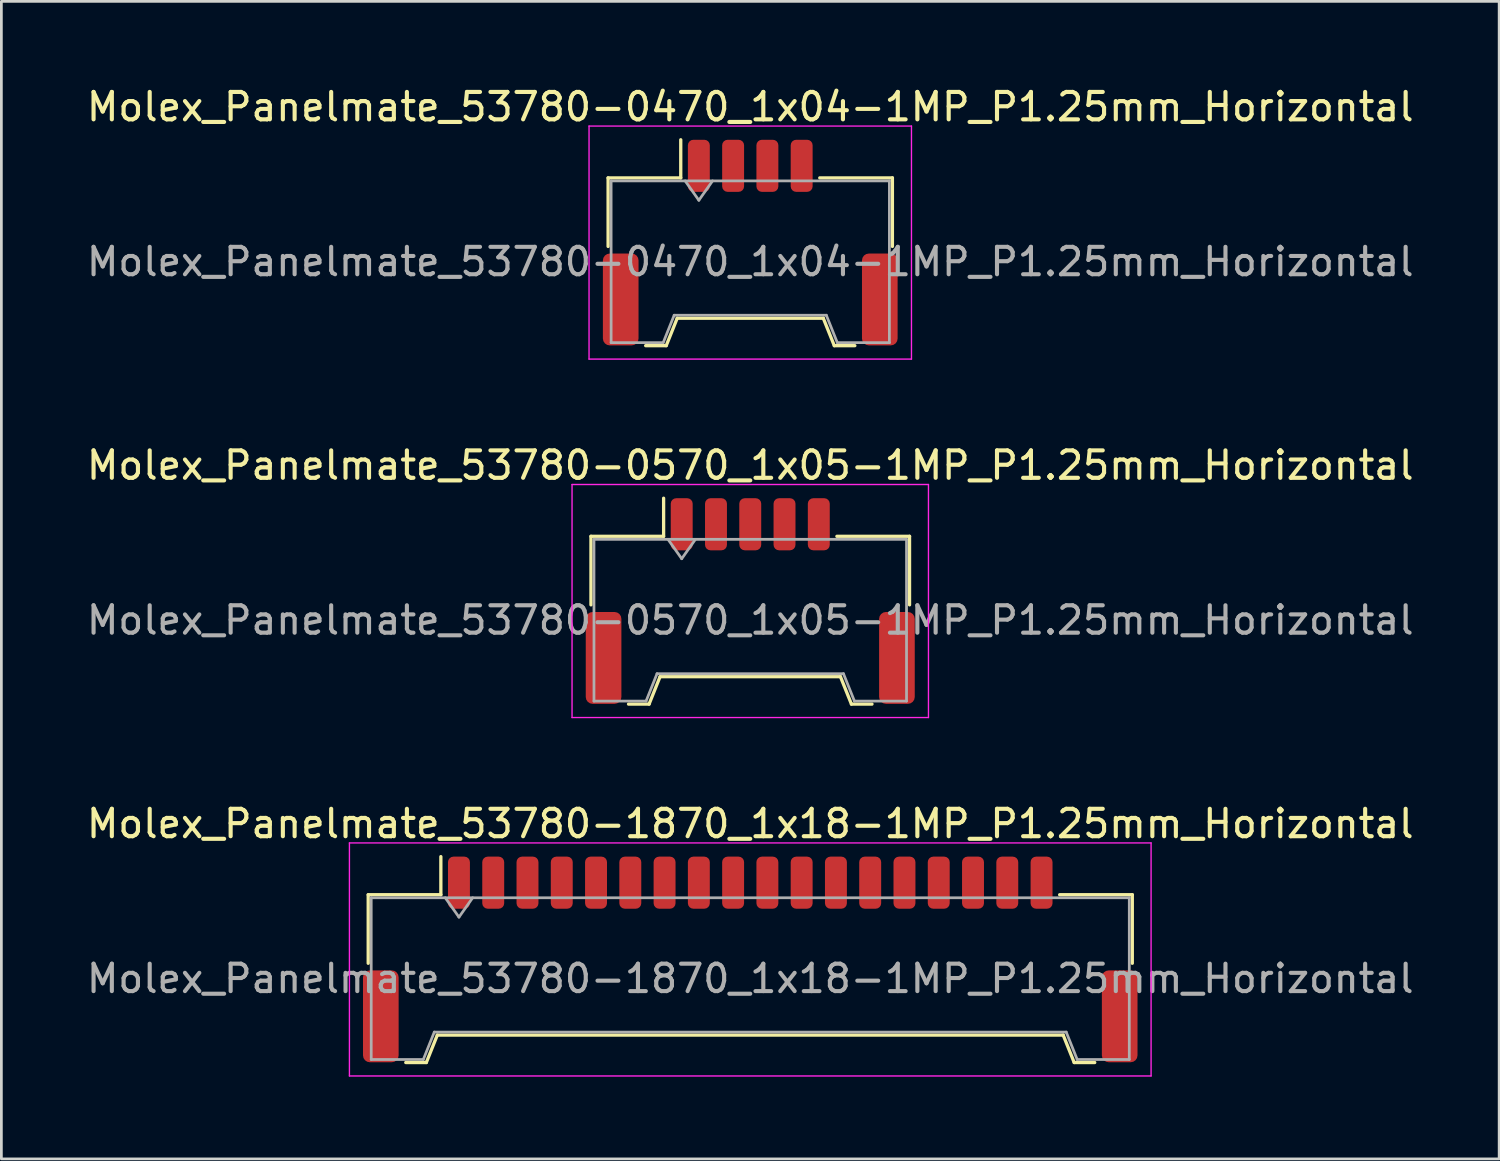
<source format=kicad_pcb>
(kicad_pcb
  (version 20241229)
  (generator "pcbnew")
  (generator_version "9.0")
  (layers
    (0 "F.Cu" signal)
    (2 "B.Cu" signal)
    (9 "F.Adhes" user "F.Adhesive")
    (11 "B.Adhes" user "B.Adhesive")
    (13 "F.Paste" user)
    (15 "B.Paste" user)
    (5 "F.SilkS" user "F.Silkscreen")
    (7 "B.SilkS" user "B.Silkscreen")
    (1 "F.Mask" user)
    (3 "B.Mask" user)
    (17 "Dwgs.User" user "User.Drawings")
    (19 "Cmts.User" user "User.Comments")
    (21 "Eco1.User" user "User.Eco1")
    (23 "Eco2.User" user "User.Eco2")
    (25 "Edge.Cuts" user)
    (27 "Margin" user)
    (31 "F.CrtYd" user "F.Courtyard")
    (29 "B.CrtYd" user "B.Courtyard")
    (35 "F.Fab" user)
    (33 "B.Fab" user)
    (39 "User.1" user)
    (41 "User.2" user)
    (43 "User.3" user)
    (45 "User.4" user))
  (footprint "Molex_Panelmate_53780-0570_1x05-1MP_P1.25mm_Horizontal"
    (layer "F.Cu")
    (at 24.315 18.872)
    (property "Reference" "Molex_Panelmate_53780-0570_1x05-1MP_P1.25mm_Horizontal" (at 0 -4.95 0) (layer "F.SilkS") (effects (font (size 1 1) (thickness 0.15))))
    (attr smd)
    (fp_line (start -5.81 -2.36) (end -3.16 -2.36) (stroke (width 0.12) (type solid)) (layer "F.SilkS"))
    (fp_line (start -5.81 0.14) (end -5.81 -2.36) (stroke (width 0.12) (type solid)) (layer "F.SilkS"))
    (fp_line (start -4.44 3.76) (end -3.69 3.76) (stroke (width 0.12) (type solid)) (layer "F.SilkS"))
    (fp_line (start -3.69 3.76) (end -3.29 2.76) (stroke (width 0.12) (type solid)) (layer "F.SilkS"))
    (fp_line (start -3.29 2.76) (end 3.29 2.76) (stroke (width 0.12) (type solid)) (layer "F.SilkS"))
    (fp_line (start -3.16 -2.36) (end -3.16 -3.75) (stroke (width 0.12) (type solid)) (layer "F.SilkS"))
    (fp_line (start 3.29 2.76) (end 3.69 3.76) (stroke (width 0.12) (type solid)) (layer "F.SilkS"))
    (fp_line (start 3.69 3.76) (end 4.44 3.76) (stroke (width 0.12) (type solid)) (layer "F.SilkS"))
    (fp_line (start 5.81 -2.36) (end 3.16 -2.36) (stroke (width 0.12) (type solid)) (layer "F.SilkS"))
    (fp_line (start 5.81 0.14) (end 5.81 -2.36) (stroke (width 0.12) (type solid)) (layer "F.SilkS"))
    (fp_line (start -6.5 -4.25) (end -6.5 4.25) (stroke (width 0.05) (type solid)) (layer "F.CrtYd"))
    (fp_line (start -6.5 4.25) (end 6.5 4.25) (stroke (width 0.05) (type solid)) (layer "F.CrtYd"))
    (fp_line (start 6.5 -4.25) (end -6.5 -4.25) (stroke (width 0.05) (type solid)) (layer "F.CrtYd"))
    (fp_line (start 6.5 4.25) (end 6.5 -4.25) (stroke (width 0.05) (type solid)) (layer "F.CrtYd"))
    (fp_line (start -5.7 -2.25) (end -5.7 3.65) (stroke (width 0.1) (type solid)) (layer "F.Fab"))
    (fp_line (start -5.7 -2.25) (end 5.7 -2.25) (stroke (width 0.1) (type solid)) (layer "F.Fab"))
    (fp_line (start -5.7 3.65) (end -3.8 3.65) (stroke (width 0.1) (type solid)) (layer "F.Fab"))
    (fp_line (start -3.8 3.65) (end -3.4 2.65) (stroke (width 0.1) (type solid)) (layer "F.Fab"))
    (fp_line (start -3.4 2.65) (end 3.4 2.65) (stroke (width 0.1) (type solid)) (layer "F.Fab"))
    (fp_line (start -3 -2.25) (end -2.5 -1.543) (stroke (width 0.1) (type solid)) (layer "F.Fab"))
    (fp_line (start -2.5 -1.543) (end -2 -2.25) (stroke (width 0.1) (type solid)) (layer "F.Fab"))
    (fp_line (start 3.4 2.65) (end 3.8 3.65) (stroke (width 0.1) (type solid)) (layer "F.Fab"))
    (fp_line (start 3.8 3.65) (end 5.7 3.65) (stroke (width 0.1) (type solid)) (layer "F.Fab"))
    (fp_line (start 5.7 -2.25) (end 5.7 3.65) (stroke (width 0.1) (type solid)) (layer "F.Fab"))
    (fp_text user "${REFERENCE}" (at 0 0.7 0) (layer "F.Fab") (effects (font (size 1 1) (thickness 0.15))))
    (pad "1" smd roundrect (at -2.5 -2.8) (size 0.8 1.9) (layers "F.Cu" "F.Mask" "F.Paste") (roundrect_rratio 0.25))
    (pad "2" smd roundrect (at -1.25 -2.8) (size 0.8 1.9) (layers "F.Cu" "F.Mask" "F.Paste") (roundrect_rratio 0.25))
    (pad "3" smd roundrect (at 0 -2.8) (size 0.8 1.9) (layers "F.Cu" "F.Mask" "F.Paste") (roundrect_rratio 0.25))
    (pad "4" smd roundrect (at 1.25 -2.8) (size 0.8 1.9) (layers "F.Cu" "F.Mask" "F.Paste") (roundrect_rratio 0.25))
    (pad "5" smd roundrect (at 2.5 -2.8) (size 0.8 1.9) (layers "F.Cu" "F.Mask" "F.Paste") (roundrect_rratio 0.25))
    (pad "MP" smd roundrect (at -5.35 2.075) (size 1.3 3.35) (layers "F.Cu" "F.Mask" "F.Paste") (roundrect_rratio 0.192))
    (pad "MP" smd roundrect (at 5.35 2.075) (size 1.3 3.35) (layers "F.Cu" "F.Mask" "F.Paste") (roundrect_rratio 0.192)))
  (footprint "Molex_Panelmate_53780-1870_1x18-1MP_P1.25mm_Horizontal"
    (layer "F.Cu")
    (at 24.315 31.945)
    (property "Reference" "Molex_Panelmate_53780-1870_1x18-1MP_P1.25mm_Horizontal" (at 0 -4.95 0) (layer "F.SilkS") (effects (font (size 1 1) (thickness 0.15))))
    (attr smd)
    (fp_line (start -13.935 -2.36) (end -11.285 -2.36) (stroke (width 0.12) (type solid)) (layer "F.SilkS"))
    (fp_line (start -13.935 0.14) (end -13.935 -2.36) (stroke (width 0.12) (type solid)) (layer "F.SilkS"))
    (fp_line (start -12.565 3.76) (end -11.815 3.76) (stroke (width 0.12) (type solid)) (layer "F.SilkS"))
    (fp_line (start -11.815 3.76) (end -11.415 2.76) (stroke (width 0.12) (type solid)) (layer "F.SilkS"))
    (fp_line (start -11.415 2.76) (end 11.415 2.76) (stroke (width 0.12) (type solid)) (layer "F.SilkS"))
    (fp_line (start -11.285 -2.36) (end -11.285 -3.75) (stroke (width 0.12) (type solid)) (layer "F.SilkS"))
    (fp_line (start 11.415 2.76) (end 11.815 3.76) (stroke (width 0.12) (type solid)) (layer "F.SilkS"))
    (fp_line (start 11.815 3.76) (end 12.565 3.76) (stroke (width 0.12) (type solid)) (layer "F.SilkS"))
    (fp_line (start 13.935 -2.36) (end 11.285 -2.36) (stroke (width 0.12) (type solid)) (layer "F.SilkS"))
    (fp_line (start 13.935 0.14) (end 13.935 -2.36) (stroke (width 0.12) (type solid)) (layer "F.SilkS"))
    (fp_line (start -14.62 -4.25) (end -14.62 4.25) (stroke (width 0.05) (type solid)) (layer "F.CrtYd"))
    (fp_line (start -14.62 4.25) (end 14.62 4.25) (stroke (width 0.05) (type solid)) (layer "F.CrtYd"))
    (fp_line (start 14.62 -4.25) (end -14.62 -4.25) (stroke (width 0.05) (type solid)) (layer "F.CrtYd"))
    (fp_line (start 14.62 4.25) (end 14.62 -4.25) (stroke (width 0.05) (type solid)) (layer "F.CrtYd"))
    (fp_line (start -13.825 -2.25) (end -13.825 3.65) (stroke (width 0.1) (type solid)) (layer "F.Fab"))
    (fp_line (start -13.825 -2.25) (end 13.825 -2.25) (stroke (width 0.1) (type solid)) (layer "F.Fab"))
    (fp_line (start -13.825 3.65) (end -11.925 3.65) (stroke (width 0.1) (type solid)) (layer "F.Fab"))
    (fp_line (start -11.925 3.65) (end -11.525 2.65) (stroke (width 0.1) (type solid)) (layer "F.Fab"))
    (fp_line (start -11.525 2.65) (end 11.525 2.65) (stroke (width 0.1) (type solid)) (layer "F.Fab"))
    (fp_line (start -11.125 -2.25) (end -10.625 -1.543) (stroke (width 0.1) (type solid)) (layer "F.Fab"))
    (fp_line (start -10.625 -1.543) (end -10.125 -2.25) (stroke (width 0.1) (type solid)) (layer "F.Fab"))
    (fp_line (start 11.525 2.65) (end 11.925 3.65) (stroke (width 0.1) (type solid)) (layer "F.Fab"))
    (fp_line (start 11.925 3.65) (end 13.825 3.65) (stroke (width 0.1) (type solid)) (layer "F.Fab"))
    (fp_line (start 13.825 -2.25) (end 13.825 3.65) (stroke (width 0.1) (type solid)) (layer "F.Fab"))
    (fp_text user "${REFERENCE}" (at 0 0.7 0) (layer "F.Fab") (effects (font (size 1 1) (thickness 0.15))))
    (pad "1" smd roundrect (at -10.625 -2.8) (size 0.8 1.9) (layers "F.Cu" "F.Mask" "F.Paste") (roundrect_rratio 0.25))
    (pad "2" smd roundrect (at -9.375 -2.8) (size 0.8 1.9) (layers "F.Cu" "F.Mask" "F.Paste") (roundrect_rratio 0.25))
    (pad "3" smd roundrect (at -8.125 -2.8) (size 0.8 1.9) (layers "F.Cu" "F.Mask" "F.Paste") (roundrect_rratio 0.25))
    (pad "4" smd roundrect (at -6.875 -2.8) (size 0.8 1.9) (layers "F.Cu" "F.Mask" "F.Paste") (roundrect_rratio 0.25))
    (pad "5" smd roundrect (at -5.625 -2.8) (size 0.8 1.9) (layers "F.Cu" "F.Mask" "F.Paste") (roundrect_rratio 0.25))
    (pad "6" smd roundrect (at -4.375 -2.8) (size 0.8 1.9) (layers "F.Cu" "F.Mask" "F.Paste") (roundrect_rratio 0.25))
    (pad "7" smd roundrect (at -3.125 -2.8) (size 0.8 1.9) (layers "F.Cu" "F.Mask" "F.Paste") (roundrect_rratio 0.25))
    (pad "8" smd roundrect (at -1.875 -2.8) (size 0.8 1.9) (layers "F.Cu" "F.Mask" "F.Paste") (roundrect_rratio 0.25))
    (pad "9" smd roundrect (at -0.625 -2.8) (size 0.8 1.9) (layers "F.Cu" "F.Mask" "F.Paste") (roundrect_rratio 0.25))
    (pad "10" smd roundrect (at 0.625 -2.8) (size 0.8 1.9) (layers "F.Cu" "F.Mask" "F.Paste") (roundrect_rratio 0.25))
    (pad "11" smd roundrect (at 1.875 -2.8) (size 0.8 1.9) (layers "F.Cu" "F.Mask" "F.Paste") (roundrect_rratio 0.25))
    (pad "12" smd roundrect (at 3.125 -2.8) (size 0.8 1.9) (layers "F.Cu" "F.Mask" "F.Paste") (roundrect_rratio 0.25))
    (pad "13" smd roundrect (at 4.375 -2.8) (size 0.8 1.9) (layers "F.Cu" "F.Mask" "F.Paste") (roundrect_rratio 0.25))
    (pad "14" smd roundrect (at 5.625 -2.8) (size 0.8 1.9) (layers "F.Cu" "F.Mask" "F.Paste") (roundrect_rratio 0.25))
    (pad "15" smd roundrect (at 6.875 -2.8) (size 0.8 1.9) (layers "F.Cu" "F.Mask" "F.Paste") (roundrect_rratio 0.25))
    (pad "16" smd roundrect (at 8.125 -2.8) (size 0.8 1.9) (layers "F.Cu" "F.Mask" "F.Paste") (roundrect_rratio 0.25))
    (pad "17" smd roundrect (at 9.375 -2.8) (size 0.8 1.9) (layers "F.Cu" "F.Mask" "F.Paste") (roundrect_rratio 0.25))
    (pad "18" smd roundrect (at 10.625 -2.8) (size 0.8 1.9) (layers "F.Cu" "F.Mask" "F.Paste") (roundrect_rratio 0.25))
    (pad "MP" smd roundrect (at -13.475 2.075) (size 1.3 3.35) (layers "F.Cu" "F.Mask" "F.Paste") (roundrect_rratio 0.192))
    (pad "MP" smd roundrect (at 13.475 2.075) (size 1.3 3.35) (layers "F.Cu" "F.Mask" "F.Paste") (roundrect_rratio 0.192)))
  (footprint "Molex_Panelmate_53780-0470_1x04-1MP_P1.25mm_Horizontal"
    (layer "F.Cu")
    (at 24.315 5.798)
    (property "Reference" "Molex_Panelmate_53780-0470_1x04-1MP_P1.25mm_Horizontal" (at 0 -4.95 0) (layer "F.SilkS") (effects (font (size 1 1) (thickness 0.15))))
    (attr smd)
    (fp_line (start -5.185 -2.36) (end -2.535 -2.36) (stroke (width 0.12) (type solid)) (layer "F.SilkS"))
    (fp_line (start -5.185 0.14) (end -5.185 -2.36) (stroke (width 0.12) (type solid)) (layer "F.SilkS"))
    (fp_line (start -3.815 3.76) (end -3.065 3.76) (stroke (width 0.12) (type solid)) (layer "F.SilkS"))
    (fp_line (start -3.065 3.76) (end -2.665 2.76) (stroke (width 0.12) (type solid)) (layer "F.SilkS"))
    (fp_line (start -2.665 2.76) (end 2.665 2.76) (stroke (width 0.12) (type solid)) (layer "F.SilkS"))
    (fp_line (start -2.535 -2.36) (end -2.535 -3.75) (stroke (width 0.12) (type solid)) (layer "F.SilkS"))
    (fp_line (start 2.665 2.76) (end 3.065 3.76) (stroke (width 0.12) (type solid)) (layer "F.SilkS"))
    (fp_line (start 3.065 3.76) (end 3.815 3.76) (stroke (width 0.12) (type solid)) (layer "F.SilkS"))
    (fp_line (start 5.185 -2.36) (end 2.535 -2.36) (stroke (width 0.12) (type solid)) (layer "F.SilkS"))
    (fp_line (start 5.185 0.14) (end 5.185 -2.36) (stroke (width 0.12) (type solid)) (layer "F.SilkS"))
    (fp_line (start -5.88 -4.25) (end -5.88 4.25) (stroke (width 0.05) (type solid)) (layer "F.CrtYd"))
    (fp_line (start -5.88 4.25) (end 5.88 4.25) (stroke (width 0.05) (type solid)) (layer "F.CrtYd"))
    (fp_line (start 5.88 -4.25) (end -5.88 -4.25) (stroke (width 0.05) (type solid)) (layer "F.CrtYd"))
    (fp_line (start 5.88 4.25) (end 5.88 -4.25) (stroke (width 0.05) (type solid)) (layer "F.CrtYd"))
    (fp_line (start -5.075 -2.25) (end -5.075 3.65) (stroke (width 0.1) (type solid)) (layer "F.Fab"))
    (fp_line (start -5.075 -2.25) (end 5.075 -2.25) (stroke (width 0.1) (type solid)) (layer "F.Fab"))
    (fp_line (start -5.075 3.65) (end -3.175 3.65) (stroke (width 0.1) (type solid)) (layer "F.Fab"))
    (fp_line (start -3.175 3.65) (end -2.775 2.65) (stroke (width 0.1) (type solid)) (layer "F.Fab"))
    (fp_line (start -2.775 2.65) (end 2.775 2.65) (stroke (width 0.1) (type solid)) (layer "F.Fab"))
    (fp_line (start -2.375 -2.25) (end -1.875 -1.543) (stroke (width 0.1) (type solid)) (layer "F.Fab"))
    (fp_line (start -1.875 -1.543) (end -1.375 -2.25) (stroke (width 0.1) (type solid)) (layer "F.Fab"))
    (fp_line (start 2.775 2.65) (end 3.175 3.65) (stroke (width 0.1) (type solid)) (layer "F.Fab"))
    (fp_line (start 3.175 3.65) (end 5.075 3.65) (stroke (width 0.1) (type solid)) (layer "F.Fab"))
    (fp_line (start 5.075 -2.25) (end 5.075 3.65) (stroke (width 0.1) (type solid)) (layer "F.Fab"))
    (fp_text user "${REFERENCE}" (at 0 0.7 0) (layer "F.Fab") (effects (font (size 1 1) (thickness 0.15))))
    (pad "1" smd roundrect (at -1.875 -2.8) (size 0.8 1.9) (layers "F.Cu" "F.Mask" "F.Paste") (roundrect_rratio 0.25))
    (pad "2" smd roundrect (at -0.625 -2.8) (size 0.8 1.9) (layers "F.Cu" "F.Mask" "F.Paste") (roundrect_rratio 0.25))
    (pad "3" smd roundrect (at 0.625 -2.8) (size 0.8 1.9) (layers "F.Cu" "F.Mask" "F.Paste") (roundrect_rratio 0.25))
    (pad "4" smd roundrect (at 1.875 -2.8) (size 0.8 1.9) (layers "F.Cu" "F.Mask" "F.Paste") (roundrect_rratio 0.25))
    (pad "MP" smd roundrect (at -4.725 2.075) (size 1.3 3.35) (layers "F.Cu" "F.Mask" "F.Paste") (roundrect_rratio 0.192))
    (pad "MP" smd roundrect (at 4.725 2.075) (size 1.3 3.35) (layers "F.Cu" "F.Mask" "F.Paste") (roundrect_rratio 0.192)))
  (gr_rect
    (start -3 -3)
    (end 51.631 39.22)
    (stroke (width 0.1) (type default))
    (fill no)
    (layer "Edge.Cuts")))
</source>
